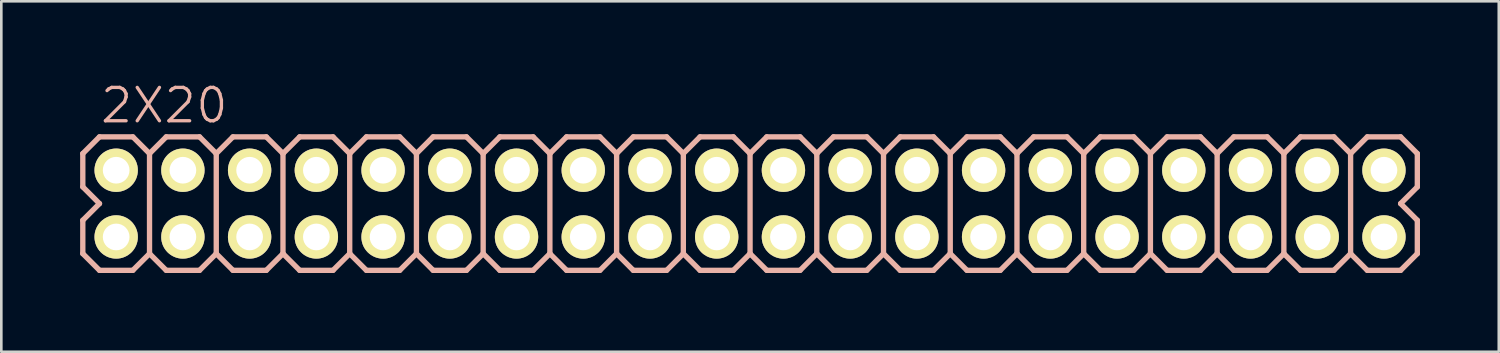
<source format=kicad_pcb>
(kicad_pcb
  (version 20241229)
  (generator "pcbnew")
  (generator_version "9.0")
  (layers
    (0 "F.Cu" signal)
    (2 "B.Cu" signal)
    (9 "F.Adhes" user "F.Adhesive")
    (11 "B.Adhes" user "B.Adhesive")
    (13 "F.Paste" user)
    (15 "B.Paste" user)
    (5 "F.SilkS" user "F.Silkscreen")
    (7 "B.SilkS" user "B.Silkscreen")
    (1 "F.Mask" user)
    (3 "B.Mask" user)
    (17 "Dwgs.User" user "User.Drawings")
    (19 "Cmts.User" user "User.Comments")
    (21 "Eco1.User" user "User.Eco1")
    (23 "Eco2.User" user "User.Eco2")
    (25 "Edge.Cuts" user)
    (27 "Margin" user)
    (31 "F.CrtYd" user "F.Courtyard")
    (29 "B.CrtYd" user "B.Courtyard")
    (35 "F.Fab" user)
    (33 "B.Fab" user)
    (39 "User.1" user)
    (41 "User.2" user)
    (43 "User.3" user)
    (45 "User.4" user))
  (footprint "2X20"
    (layer "F.Cu")
    (at 25.502 4.7)
    (property "Reference" "2X20" (at -22.301 -3.734 0) (layer "B.SilkS") (effects (font (size 1.27 1.27) (thickness 0.127))))
    (attr exclude_from_pos_files exclude_from_bom)
    (fp_line (start -24.384 -1.524) (end -23.876 -1.524) (stroke (width 0.066) (type solid)) (layer "F.SilkS"))
    (fp_line (start -24.384 -1.016) (end -24.384 -1.524) (stroke (width 0.066) (type solid)) (layer "F.SilkS"))
    (fp_line (start -24.384 -1.016) (end -23.876 -1.016) (stroke (width 0.066) (type solid)) (layer "F.SilkS"))
    (fp_line (start -24.384 1.016) (end -23.876 1.016) (stroke (width 0.066) (type solid)) (layer "F.SilkS"))
    (fp_line (start -24.384 1.524) (end -24.384 1.016) (stroke (width 0.066) (type solid)) (layer "F.SilkS"))
    (fp_line (start -24.384 1.524) (end -23.876 1.524) (stroke (width 0.066) (type solid)) (layer "F.SilkS"))
    (fp_line (start -23.876 -1.016) (end -23.876 -1.524) (stroke (width 0.066) (type solid)) (layer "F.SilkS"))
    (fp_line (start -23.876 1.524) (end -23.876 1.016) (stroke (width 0.066) (type solid)) (layer "F.SilkS"))
    (fp_line (start -21.844 -1.524) (end -21.336 -1.524) (stroke (width 0.066) (type solid)) (layer "F.SilkS"))
    (fp_line (start -21.844 -1.016) (end -21.844 -1.524) (stroke (width 0.066) (type solid)) (layer "F.SilkS"))
    (fp_line (start -21.844 -1.016) (end -21.336 -1.016) (stroke (width 0.066) (type solid)) (layer "F.SilkS"))
    (fp_line (start -21.844 1.016) (end -21.336 1.016) (stroke (width 0.066) (type solid)) (layer "F.SilkS"))
    (fp_line (start -21.844 1.524) (end -21.844 1.016) (stroke (width 0.066) (type solid)) (layer "F.SilkS"))
    (fp_line (start -21.844 1.524) (end -21.336 1.524) (stroke (width 0.066) (type solid)) (layer "F.SilkS"))
    (fp_line (start -21.336 -1.016) (end -21.336 -1.524) (stroke (width 0.066) (type solid)) (layer "F.SilkS"))
    (fp_line (start -21.336 1.524) (end -21.336 1.016) (stroke (width 0.066) (type solid)) (layer "F.SilkS"))
    (fp_line (start -19.304 -1.524) (end -18.796 -1.524) (stroke (width 0.066) (type solid)) (layer "F.SilkS"))
    (fp_line (start -19.304 -1.016) (end -19.304 -1.524) (stroke (width 0.066) (type solid)) (layer "F.SilkS"))
    (fp_line (start -19.304 -1.016) (end -18.796 -1.016) (stroke (width 0.066) (type solid)) (layer "F.SilkS"))
    (fp_line (start -19.304 1.016) (end -18.796 1.016) (stroke (width 0.066) (type solid)) (layer "F.SilkS"))
    (fp_line (start -19.304 1.524) (end -19.304 1.016) (stroke (width 0.066) (type solid)) (layer "F.SilkS"))
    (fp_line (start -19.304 1.524) (end -18.796 1.524) (stroke (width 0.066) (type solid)) (layer "F.SilkS"))
    (fp_line (start -18.796 -1.016) (end -18.796 -1.524) (stroke (width 0.066) (type solid)) (layer "F.SilkS"))
    (fp_line (start -18.796 1.524) (end -18.796 1.016) (stroke (width 0.066) (type solid)) (layer "F.SilkS"))
    (fp_line (start -16.764 -1.524) (end -16.256 -1.524) (stroke (width 0.066) (type solid)) (layer "F.SilkS"))
    (fp_line (start -16.764 -1.016) (end -16.764 -1.524) (stroke (width 0.066) (type solid)) (layer "F.SilkS"))
    (fp_line (start -16.764 -1.016) (end -16.256 -1.016) (stroke (width 0.066) (type solid)) (layer "F.SilkS"))
    (fp_line (start -16.764 1.016) (end -16.256 1.016) (stroke (width 0.066) (type solid)) (layer "F.SilkS"))
    (fp_line (start -16.764 1.524) (end -16.764 1.016) (stroke (width 0.066) (type solid)) (layer "F.SilkS"))
    (fp_line (start -16.764 1.524) (end -16.256 1.524) (stroke (width 0.066) (type solid)) (layer "F.SilkS"))
    (fp_line (start -16.256 -1.016) (end -16.256 -1.524) (stroke (width 0.066) (type solid)) (layer "F.SilkS"))
    (fp_line (start -16.256 1.524) (end -16.256 1.016) (stroke (width 0.066) (type solid)) (layer "F.SilkS"))
    (fp_line (start -14.224 -1.524) (end -13.716 -1.524) (stroke (width 0.066) (type solid)) (layer "F.SilkS"))
    (fp_line (start -14.224 -1.016) (end -14.224 -1.524) (stroke (width 0.066) (type solid)) (layer "F.SilkS"))
    (fp_line (start -14.224 -1.016) (end -13.716 -1.016) (stroke (width 0.066) (type solid)) (layer "F.SilkS"))
    (fp_line (start -14.224 1.016) (end -13.716 1.016) (stroke (width 0.066) (type solid)) (layer "F.SilkS"))
    (fp_line (start -14.224 1.524) (end -14.224 1.016) (stroke (width 0.066) (type solid)) (layer "F.SilkS"))
    (fp_line (start -14.224 1.524) (end -13.716 1.524) (stroke (width 0.066) (type solid)) (layer "F.SilkS"))
    (fp_line (start -13.716 -1.016) (end -13.716 -1.524) (stroke (width 0.066) (type solid)) (layer "F.SilkS"))
    (fp_line (start -13.716 1.524) (end -13.716 1.016) (stroke (width 0.066) (type solid)) (layer "F.SilkS"))
    (fp_line (start -11.684 -1.524) (end -11.176 -1.524) (stroke (width 0.066) (type solid)) (layer "F.SilkS"))
    (fp_line (start -11.684 -1.016) (end -11.684 -1.524) (stroke (width 0.066) (type solid)) (layer "F.SilkS"))
    (fp_line (start -11.684 -1.016) (end -11.176 -1.016) (stroke (width 0.066) (type solid)) (layer "F.SilkS"))
    (fp_line (start -11.684 1.016) (end -11.176 1.016) (stroke (width 0.066) (type solid)) (layer "F.SilkS"))
    (fp_line (start -11.684 1.524) (end -11.684 1.016) (stroke (width 0.066) (type solid)) (layer "F.SilkS"))
    (fp_line (start -11.684 1.524) (end -11.176 1.524) (stroke (width 0.066) (type solid)) (layer "F.SilkS"))
    (fp_line (start -11.176 -1.016) (end -11.176 -1.524) (stroke (width 0.066) (type solid)) (layer "F.SilkS"))
    (fp_line (start -11.176 1.524) (end -11.176 1.016) (stroke (width 0.066) (type solid)) (layer "F.SilkS"))
    (fp_line (start -9.144 -1.524) (end -8.636 -1.524) (stroke (width 0.066) (type solid)) (layer "F.SilkS"))
    (fp_line (start -9.144 -1.016) (end -9.144 -1.524) (stroke (width 0.066) (type solid)) (layer "F.SilkS"))
    (fp_line (start -9.144 -1.016) (end -8.636 -1.016) (stroke (width 0.066) (type solid)) (layer "F.SilkS"))
    (fp_line (start -9.144 1.016) (end -8.636 1.016) (stroke (width 0.066) (type solid)) (layer "F.SilkS"))
    (fp_line (start -9.144 1.524) (end -9.144 1.016) (stroke (width 0.066) (type solid)) (layer "F.SilkS"))
    (fp_line (start -9.144 1.524) (end -8.636 1.524) (stroke (width 0.066) (type solid)) (layer "F.SilkS"))
    (fp_line (start -8.636 -1.016) (end -8.636 -1.524) (stroke (width 0.066) (type solid)) (layer "F.SilkS"))
    (fp_line (start -8.636 1.524) (end -8.636 1.016) (stroke (width 0.066) (type solid)) (layer "F.SilkS"))
    (fp_line (start -6.604 -1.524) (end -6.096 -1.524) (stroke (width 0.066) (type solid)) (layer "F.SilkS"))
    (fp_line (start -6.604 -1.016) (end -6.604 -1.524) (stroke (width 0.066) (type solid)) (layer "F.SilkS"))
    (fp_line (start -6.604 -1.016) (end -6.096 -1.016) (stroke (width 0.066) (type solid)) (layer "F.SilkS"))
    (fp_line (start -6.604 1.016) (end -6.096 1.016) (stroke (width 0.066) (type solid)) (layer "F.SilkS"))
    (fp_line (start -6.604 1.524) (end -6.604 1.016) (stroke (width 0.066) (type solid)) (layer "F.SilkS"))
    (fp_line (start -6.604 1.524) (end -6.096 1.524) (stroke (width 0.066) (type solid)) (layer "F.SilkS"))
    (fp_line (start -6.096 -1.016) (end -6.096 -1.524) (stroke (width 0.066) (type solid)) (layer "F.SilkS"))
    (fp_line (start -6.096 1.524) (end -6.096 1.016) (stroke (width 0.066) (type solid)) (layer "F.SilkS"))
    (fp_line (start -4.064 -1.524) (end -3.556 -1.524) (stroke (width 0.066) (type solid)) (layer "F.SilkS"))
    (fp_line (start -4.064 -1.016) (end -4.064 -1.524) (stroke (width 0.066) (type solid)) (layer "F.SilkS"))
    (fp_line (start -4.064 -1.016) (end -3.556 -1.016) (stroke (width 0.066) (type solid)) (layer "F.SilkS"))
    (fp_line (start -4.064 1.016) (end -3.556 1.016) (stroke (width 0.066) (type solid)) (layer "F.SilkS"))
    (fp_line (start -4.064 1.524) (end -4.064 1.016) (stroke (width 0.066) (type solid)) (layer "F.SilkS"))
    (fp_line (start -4.064 1.524) (end -3.556 1.524) (stroke (width 0.066) (type solid)) (layer "F.SilkS"))
    (fp_line (start -3.556 -1.016) (end -3.556 -1.524) (stroke (width 0.066) (type solid)) (layer "F.SilkS"))
    (fp_line (start -3.556 1.524) (end -3.556 1.016) (stroke (width 0.066) (type solid)) (layer "F.SilkS"))
    (fp_line (start -1.524 -1.524) (end -1.016 -1.524) (stroke (width 0.066) (type solid)) (layer "F.SilkS"))
    (fp_line (start -1.524 -1.016) (end -1.524 -1.524) (stroke (width 0.066) (type solid)) (layer "F.SilkS"))
    (fp_line (start -1.524 -1.016) (end -1.016 -1.016) (stroke (width 0.066) (type solid)) (layer "F.SilkS"))
    (fp_line (start -1.524 1.016) (end -1.016 1.016) (stroke (width 0.066) (type solid)) (layer "F.SilkS"))
    (fp_line (start -1.524 1.524) (end -1.524 1.016) (stroke (width 0.066) (type solid)) (layer "F.SilkS"))
    (fp_line (start -1.524 1.524) (end -1.016 1.524) (stroke (width 0.066) (type solid)) (layer "F.SilkS"))
    (fp_line (start -1.016 -1.016) (end -1.016 -1.524) (stroke (width 0.066) (type solid)) (layer "F.SilkS"))
    (fp_line (start -1.016 1.524) (end -1.016 1.016) (stroke (width 0.066) (type solid)) (layer "F.SilkS"))
    (fp_line (start 1.016 -1.524) (end 1.524 -1.524) (stroke (width 0.066) (type solid)) (layer "F.SilkS"))
    (fp_line (start 1.016 -1.016) (end 1.016 -1.524) (stroke (width 0.066) (type solid)) (layer "F.SilkS"))
    (fp_line (start 1.016 -1.016) (end 1.524 -1.016) (stroke (width 0.066) (type solid)) (layer "F.SilkS"))
    (fp_line (start 1.016 1.016) (end 1.524 1.016) (stroke (width 0.066) (type solid)) (layer "F.SilkS"))
    (fp_line (start 1.016 1.524) (end 1.016 1.016) (stroke (width 0.066) (type solid)) (layer "F.SilkS"))
    (fp_line (start 1.016 1.524) (end 1.524 1.524) (stroke (width 0.066) (type solid)) (layer "F.SilkS"))
    (fp_line (start 1.524 -1.016) (end 1.524 -1.524) (stroke (width 0.066) (type solid)) (layer "F.SilkS"))
    (fp_line (start 1.524 1.524) (end 1.524 1.016) (stroke (width 0.066) (type solid)) (layer "F.SilkS"))
    (fp_line (start 3.556 -1.524) (end 4.064 -1.524) (stroke (width 0.066) (type solid)) (layer "F.SilkS"))
    (fp_line (start 3.556 -1.016) (end 3.556 -1.524) (stroke (width 0.066) (type solid)) (layer "F.SilkS"))
    (fp_line (start 3.556 -1.016) (end 4.064 -1.016) (stroke (width 0.066) (type solid)) (layer "F.SilkS"))
    (fp_line (start 3.556 1.016) (end 4.064 1.016) (stroke (width 0.066) (type solid)) (layer "F.SilkS"))
    (fp_line (start 3.556 1.524) (end 3.556 1.016) (stroke (width 0.066) (type solid)) (layer "F.SilkS"))
    (fp_line (start 3.556 1.524) (end 4.064 1.524) (stroke (width 0.066) (type solid)) (layer "F.SilkS"))
    (fp_line (start 4.064 -1.016) (end 4.064 -1.524) (stroke (width 0.066) (type solid)) (layer "F.SilkS"))
    (fp_line (start 4.064 1.524) (end 4.064 1.016) (stroke (width 0.066) (type solid)) (layer "F.SilkS"))
    (fp_line (start 6.096 -1.524) (end 6.604 -1.524) (stroke (width 0.066) (type solid)) (layer "F.SilkS"))
    (fp_line (start 6.096 -1.016) (end 6.096 -1.524) (stroke (width 0.066) (type solid)) (layer "F.SilkS"))
    (fp_line (start 6.096 -1.016) (end 6.604 -1.016) (stroke (width 0.066) (type solid)) (layer "F.SilkS"))
    (fp_line (start 6.096 1.016) (end 6.604 1.016) (stroke (width 0.066) (type solid)) (layer "F.SilkS"))
    (fp_line (start 6.096 1.524) (end 6.096 1.016) (stroke (width 0.066) (type solid)) (layer "F.SilkS"))
    (fp_line (start 6.096 1.524) (end 6.604 1.524) (stroke (width 0.066) (type solid)) (layer "F.SilkS"))
    (fp_line (start 6.604 -1.016) (end 6.604 -1.524) (stroke (width 0.066) (type solid)) (layer "F.SilkS"))
    (fp_line (start 6.604 1.524) (end 6.604 1.016) (stroke (width 0.066) (type solid)) (layer "F.SilkS"))
    (fp_line (start 8.636 -1.524) (end 9.144 -1.524) (stroke (width 0.066) (type solid)) (layer "F.SilkS"))
    (fp_line (start 8.636 -1.016) (end 8.636 -1.524) (stroke (width 0.066) (type solid)) (layer "F.SilkS"))
    (fp_line (start 8.636 -1.016) (end 9.144 -1.016) (stroke (width 0.066) (type solid)) (layer "F.SilkS"))
    (fp_line (start 8.636 1.016) (end 9.144 1.016) (stroke (width 0.066) (type solid)) (layer "F.SilkS"))
    (fp_line (start 8.636 1.524) (end 8.636 1.016) (stroke (width 0.066) (type solid)) (layer "F.SilkS"))
    (fp_line (start 8.636 1.524) (end 9.144 1.524) (stroke (width 0.066) (type solid)) (layer "F.SilkS"))
    (fp_line (start 9.144 -1.016) (end 9.144 -1.524) (stroke (width 0.066) (type solid)) (layer "F.SilkS"))
    (fp_line (start 9.144 1.524) (end 9.144 1.016) (stroke (width 0.066) (type solid)) (layer "F.SilkS"))
    (fp_line (start 11.176 -1.524) (end 11.684 -1.524) (stroke (width 0.066) (type solid)) (layer "F.SilkS"))
    (fp_line (start 11.176 -1.016) (end 11.176 -1.524) (stroke (width 0.066) (type solid)) (layer "F.SilkS"))
    (fp_line (start 11.176 -1.016) (end 11.684 -1.016) (stroke (width 0.066) (type solid)) (layer "F.SilkS"))
    (fp_line (start 11.176 1.016) (end 11.684 1.016) (stroke (width 0.066) (type solid)) (layer "F.SilkS"))
    (fp_line (start 11.176 1.524) (end 11.176 1.016) (stroke (width 0.066) (type solid)) (layer "F.SilkS"))
    (fp_line (start 11.176 1.524) (end 11.684 1.524) (stroke (width 0.066) (type solid)) (layer "F.SilkS"))
    (fp_line (start 11.684 -1.016) (end 11.684 -1.524) (stroke (width 0.066) (type solid)) (layer "F.SilkS"))
    (fp_line (start 11.684 1.524) (end 11.684 1.016) (stroke (width 0.066) (type solid)) (layer "F.SilkS"))
    (fp_line (start 13.716 -1.524) (end 14.224 -1.524) (stroke (width 0.066) (type solid)) (layer "F.SilkS"))
    (fp_line (start 13.716 -1.016) (end 13.716 -1.524) (stroke (width 0.066) (type solid)) (layer "F.SilkS"))
    (fp_line (start 13.716 -1.016) (end 14.224 -1.016) (stroke (width 0.066) (type solid)) (layer "F.SilkS"))
    (fp_line (start 13.716 1.016) (end 14.224 1.016) (stroke (width 0.066) (type solid)) (layer "F.SilkS"))
    (fp_line (start 13.716 1.524) (end 13.716 1.016) (stroke (width 0.066) (type solid)) (layer "F.SilkS"))
    (fp_line (start 13.716 1.524) (end 14.224 1.524) (stroke (width 0.066) (type solid)) (layer "F.SilkS"))
    (fp_line (start 14.224 -1.016) (end 14.224 -1.524) (stroke (width 0.066) (type solid)) (layer "F.SilkS"))
    (fp_line (start 14.224 1.524) (end 14.224 1.016) (stroke (width 0.066) (type solid)) (layer "F.SilkS"))
    (fp_line (start 16.256 -1.524) (end 16.764 -1.524) (stroke (width 0.066) (type solid)) (layer "F.SilkS"))
    (fp_line (start 16.256 -1.016) (end 16.256 -1.524) (stroke (width 0.066) (type solid)) (layer "F.SilkS"))
    (fp_line (start 16.256 -1.016) (end 16.764 -1.016) (stroke (width 0.066) (type solid)) (layer "F.SilkS"))
    (fp_line (start 16.256 1.016) (end 16.764 1.016) (stroke (width 0.066) (type solid)) (layer "F.SilkS"))
    (fp_line (start 16.256 1.524) (end 16.256 1.016) (stroke (width 0.066) (type solid)) (layer "F.SilkS"))
    (fp_line (start 16.256 1.524) (end 16.764 1.524) (stroke (width 0.066) (type solid)) (layer "F.SilkS"))
    (fp_line (start 16.764 -1.016) (end 16.764 -1.524) (stroke (width 0.066) (type solid)) (layer "F.SilkS"))
    (fp_line (start 16.764 1.524) (end 16.764 1.016) (stroke (width 0.066) (type solid)) (layer "F.SilkS"))
    (fp_line (start 18.796 -1.524) (end 19.304 -1.524) (stroke (width 0.066) (type solid)) (layer "F.SilkS"))
    (fp_line (start 18.796 -1.016) (end 18.796 -1.524) (stroke (width 0.066) (type solid)) (layer "F.SilkS"))
    (fp_line (start 18.796 -1.016) (end 19.304 -1.016) (stroke (width 0.066) (type solid)) (layer "F.SilkS"))
    (fp_line (start 18.796 1.016) (end 19.304 1.016) (stroke (width 0.066) (type solid)) (layer "F.SilkS"))
    (fp_line (start 18.796 1.524) (end 18.796 1.016) (stroke (width 0.066) (type solid)) (layer "F.SilkS"))
    (fp_line (start 18.796 1.524) (end 19.304 1.524) (stroke (width 0.066) (type solid)) (layer "F.SilkS"))
    (fp_line (start 19.304 -1.016) (end 19.304 -1.524) (stroke (width 0.066) (type solid)) (layer "F.SilkS"))
    (fp_line (start 19.304 1.524) (end 19.304 1.016) (stroke (width 0.066) (type solid)) (layer "F.SilkS"))
    (fp_line (start 21.336 -1.524) (end 21.844 -1.524) (stroke (width 0.066) (type solid)) (layer "F.SilkS"))
    (fp_line (start 21.336 -1.016) (end 21.336 -1.524) (stroke (width 0.066) (type solid)) (layer "F.SilkS"))
    (fp_line (start 21.336 -1.016) (end 21.844 -1.016) (stroke (width 0.066) (type solid)) (layer "F.SilkS"))
    (fp_line (start 21.336 1.016) (end 21.844 1.016) (stroke (width 0.066) (type solid)) (layer "F.SilkS"))
    (fp_line (start 21.336 1.524) (end 21.336 1.016) (stroke (width 0.066) (type solid)) (layer "F.SilkS"))
    (fp_line (start 21.336 1.524) (end 21.844 1.524) (stroke (width 0.066) (type solid)) (layer "F.SilkS"))
    (fp_line (start 21.844 -1.016) (end 21.844 -1.524) (stroke (width 0.066) (type solid)) (layer "F.SilkS"))
    (fp_line (start 21.844 1.524) (end 21.844 1.016) (stroke (width 0.066) (type solid)) (layer "F.SilkS"))
    (fp_line (start 23.876 -1.524) (end 24.384 -1.524) (stroke (width 0.066) (type solid)) (layer "F.SilkS"))
    (fp_line (start 23.876 -1.016) (end 23.876 -1.524) (stroke (width 0.066) (type solid)) (layer "F.SilkS"))
    (fp_line (start 23.876 -1.016) (end 24.384 -1.016) (stroke (width 0.066) (type solid)) (layer "F.SilkS"))
    (fp_line (start 23.876 1.016) (end 24.384 1.016) (stroke (width 0.066) (type solid)) (layer "F.SilkS"))
    (fp_line (start 23.876 1.524) (end 23.876 1.016) (stroke (width 0.066) (type solid)) (layer "F.SilkS"))
    (fp_line (start 23.876 1.524) (end 24.384 1.524) (stroke (width 0.066) (type solid)) (layer "F.SilkS"))
    (fp_line (start 24.384 -1.016) (end 24.384 -1.524) (stroke (width 0.066) (type solid)) (layer "F.SilkS"))
    (fp_line (start 24.384 1.524) (end 24.384 1.016) (stroke (width 0.066) (type solid)) (layer "F.SilkS"))
    (fp_line (start -25.4 -1.905) (end -25.4 -0.635) (stroke (width 0.203) (type solid)) (layer "B.SilkS"))
    (fp_line (start -25.4 -0.635) (end -24.765 0) (stroke (width 0.203) (type solid)) (layer "B.SilkS"))
    (fp_line (start -25.4 0.635) (end -25.4 1.905) (stroke (width 0.203) (type solid)) (layer "B.SilkS"))
    (fp_line (start -25.4 1.905) (end -24.765 2.54) (stroke (width 0.203) (type solid)) (layer "B.SilkS"))
    (fp_line (start -24.765 -2.54) (end -25.4 -1.905) (stroke (width 0.203) (type solid)) (layer "B.SilkS"))
    (fp_line (start -24.765 -2.54) (end -23.495 -2.54) (stroke (width 0.203) (type solid)) (layer "B.SilkS"))
    (fp_line (start -24.765 0) (end -25.4 0.635) (stroke (width 0.203) (type solid)) (layer "B.SilkS"))
    (fp_line (start -23.495 -2.54) (end -22.86 -1.905) (stroke (width 0.203) (type solid)) (layer "B.SilkS"))
    (fp_line (start -23.495 2.54) (end -24.765 2.54) (stroke (width 0.203) (type solid)) (layer "B.SilkS"))
    (fp_line (start -22.86 -1.905) (end -22.86 1.905) (stroke (width 0.203) (type solid)) (layer "B.SilkS"))
    (fp_line (start -22.86 -1.905) (end -22.225 -2.54) (stroke (width 0.203) (type solid)) (layer "B.SilkS"))
    (fp_line (start -22.86 1.905) (end -23.495 2.54) (stroke (width 0.203) (type solid)) (layer "B.SilkS"))
    (fp_line (start -22.225 -2.54) (end -20.955 -2.54) (stroke (width 0.203) (type solid)) (layer "B.SilkS"))
    (fp_line (start -22.225 2.54) (end -22.86 1.905) (stroke (width 0.203) (type solid)) (layer "B.SilkS"))
    (fp_line (start -20.955 -2.54) (end -20.32 -1.905) (stroke (width 0.203) (type solid)) (layer "B.SilkS"))
    (fp_line (start -20.955 2.54) (end -22.225 2.54) (stroke (width 0.203) (type solid)) (layer "B.SilkS"))
    (fp_line (start -20.32 -1.905) (end -20.32 1.905) (stroke (width 0.203) (type solid)) (layer "B.SilkS"))
    (fp_line (start -20.32 -1.905) (end -19.685 -2.54) (stroke (width 0.203) (type solid)) (layer "B.SilkS"))
    (fp_line (start -20.32 1.905) (end -20.955 2.54) (stroke (width 0.203) (type solid)) (layer "B.SilkS"))
    (fp_line (start -19.685 -2.54) (end -18.415 -2.54) (stroke (width 0.203) (type solid)) (layer "B.SilkS"))
    (fp_line (start -19.685 2.54) (end -20.32 1.905) (stroke (width 0.203) (type solid)) (layer "B.SilkS"))
    (fp_line (start -18.415 -2.54) (end -17.78 -1.905) (stroke (width 0.203) (type solid)) (layer "B.SilkS"))
    (fp_line (start -18.415 2.54) (end -19.685 2.54) (stroke (width 0.203) (type solid)) (layer "B.SilkS"))
    (fp_line (start -17.78 -1.905) (end -17.78 1.905) (stroke (width 0.203) (type solid)) (layer "B.SilkS"))
    (fp_line (start -17.78 1.905) (end -18.415 2.54) (stroke (width 0.203) (type solid)) (layer "B.SilkS"))
    (fp_line (start -17.78 1.905) (end -17.145 2.54) (stroke (width 0.203) (type solid)) (layer "B.SilkS"))
    (fp_line (start -17.145 -2.54) (end -17.78 -1.905) (stroke (width 0.203) (type solid)) (layer "B.SilkS"))
    (fp_line (start -17.145 -2.54) (end -15.875 -2.54) (stroke (width 0.203) (type solid)) (layer "B.SilkS"))
    (fp_line (start -15.875 -2.54) (end -15.24 -1.905) (stroke (width 0.203) (type solid)) (layer "B.SilkS"))
    (fp_line (start -15.875 2.54) (end -17.145 2.54) (stroke (width 0.203) (type solid)) (layer "B.SilkS"))
    (fp_line (start -15.24 -1.905) (end -15.24 1.905) (stroke (width 0.203) (type solid)) (layer "B.SilkS"))
    (fp_line (start -15.24 -1.905) (end -14.605 -2.54) (stroke (width 0.203) (type solid)) (layer "B.SilkS"))
    (fp_line (start -15.24 1.905) (end -15.875 2.54) (stroke (width 0.203) (type solid)) (layer "B.SilkS"))
    (fp_line (start -14.605 -2.54) (end -13.335 -2.54) (stroke (width 0.203) (type solid)) (layer "B.SilkS"))
    (fp_line (start -14.605 2.54) (end -15.24 1.905) (stroke (width 0.203) (type solid)) (layer "B.SilkS"))
    (fp_line (start -13.335 -2.54) (end -12.7 -1.905) (stroke (width 0.203) (type solid)) (layer "B.SilkS"))
    (fp_line (start -13.335 2.54) (end -14.605 2.54) (stroke (width 0.203) (type solid)) (layer "B.SilkS"))
    (fp_line (start -12.7 -1.905) (end -12.7 1.905) (stroke (width 0.203) (type solid)) (layer "B.SilkS"))
    (fp_line (start -12.7 -1.905) (end -12.065 -2.54) (stroke (width 0.203) (type solid)) (layer "B.SilkS"))
    (fp_line (start -12.7 1.905) (end -13.335 2.54) (stroke (width 0.203) (type solid)) (layer "B.SilkS"))
    (fp_line (start -12.065 -2.54) (end -10.795 -2.54) (stroke (width 0.203) (type solid)) (layer "B.SilkS"))
    (fp_line (start -12.065 2.54) (end -12.7 1.905) (stroke (width 0.203) (type solid)) (layer "B.SilkS"))
    (fp_line (start -10.795 -2.54) (end -10.16 -1.905) (stroke (width 0.203) (type solid)) (layer "B.SilkS"))
    (fp_line (start -10.795 2.54) (end -12.065 2.54) (stroke (width 0.203) (type solid)) (layer "B.SilkS"))
    (fp_line (start -10.16 -1.905) (end -10.16 1.905) (stroke (width 0.203) (type solid)) (layer "B.SilkS"))
    (fp_line (start -10.16 1.905) (end -10.795 2.54) (stroke (width 0.203) (type solid)) (layer "B.SilkS"))
    (fp_line (start -10.16 1.905) (end -9.525 2.54) (stroke (width 0.203) (type solid)) (layer "B.SilkS"))
    (fp_line (start -9.525 -2.54) (end -10.16 -1.905) (stroke (width 0.203) (type solid)) (layer "B.SilkS"))
    (fp_line (start -9.525 -2.54) (end -8.255 -2.54) (stroke (width 0.203) (type solid)) (layer "B.SilkS"))
    (fp_line (start -8.255 -2.54) (end -7.62 -1.905) (stroke (width 0.203) (type solid)) (layer "B.SilkS"))
    (fp_line (start -8.255 2.54) (end -9.525 2.54) (stroke (width 0.203) (type solid)) (layer "B.SilkS"))
    (fp_line (start -7.62 -1.905) (end -7.62 1.905) (stroke (width 0.203) (type solid)) (layer "B.SilkS"))
    (fp_line (start -7.62 1.905) (end -8.255 2.54) (stroke (width 0.203) (type solid)) (layer "B.SilkS"))
    (fp_line (start -7.62 1.905) (end -6.985 2.54) (stroke (width 0.203) (type solid)) (layer "B.SilkS"))
    (fp_line (start -6.985 -2.54) (end -7.62 -1.905) (stroke (width 0.203) (type solid)) (layer "B.SilkS"))
    (fp_line (start -6.985 -2.54) (end -5.715 -2.54) (stroke (width 0.203) (type solid)) (layer "B.SilkS"))
    (fp_line (start -5.715 -2.54) (end -5.08 -1.905) (stroke (width 0.203) (type solid)) (layer "B.SilkS"))
    (fp_line (start -5.715 2.54) (end -6.985 2.54) (stroke (width 0.203) (type solid)) (layer "B.SilkS"))
    (fp_line (start -5.08 -1.905) (end -5.08 1.905) (stroke (width 0.203) (type solid)) (layer "B.SilkS"))
    (fp_line (start -5.08 -1.905) (end -4.445 -2.54) (stroke (width 0.203) (type solid)) (layer "B.SilkS"))
    (fp_line (start -5.08 1.905) (end -5.715 2.54) (stroke (width 0.203) (type solid)) (layer "B.SilkS"))
    (fp_line (start -4.445 -2.54) (end -3.175 -2.54) (stroke (width 0.203) (type solid)) (layer "B.SilkS"))
    (fp_line (start -4.445 2.54) (end -5.08 1.905) (stroke (width 0.203) (type solid)) (layer "B.SilkS"))
    (fp_line (start -3.175 -2.54) (end -2.54 -1.905) (stroke (width 0.203) (type solid)) (layer "B.SilkS"))
    (fp_line (start -3.175 2.54) (end -4.445 2.54) (stroke (width 0.203) (type solid)) (layer "B.SilkS"))
    (fp_line (start -2.54 -1.905) (end -2.54 1.905) (stroke (width 0.203) (type solid)) (layer "B.SilkS"))
    (fp_line (start -2.54 -1.905) (end -1.905 -2.54) (stroke (width 0.203) (type solid)) (layer "B.SilkS"))
    (fp_line (start -2.54 1.905) (end -3.175 2.54) (stroke (width 0.203) (type solid)) (layer "B.SilkS"))
    (fp_line (start -1.905 -2.54) (end -0.635 -2.54) (stroke (width 0.203) (type solid)) (layer "B.SilkS"))
    (fp_line (start -1.905 2.54) (end -2.54 1.905) (stroke (width 0.203) (type solid)) (layer "B.SilkS"))
    (fp_line (start -0.635 -2.54) (end 0 -1.905) (stroke (width 0.203) (type solid)) (layer "B.SilkS"))
    (fp_line (start -0.635 2.54) (end -1.905 2.54) (stroke (width 0.203) (type solid)) (layer "B.SilkS"))
    (fp_line (start 0 -1.905) (end 0 1.905) (stroke (width 0.203) (type solid)) (layer "B.SilkS"))
    (fp_line (start 0 1.905) (end -0.635 2.54) (stroke (width 0.203) (type solid)) (layer "B.SilkS"))
    (fp_line (start 0 1.905) (end 0.635 2.54) (stroke (width 0.203) (type solid)) (layer "B.SilkS"))
    (fp_line (start 0.635 -2.54) (end 0 -1.905) (stroke (width 0.203) (type solid)) (layer "B.SilkS"))
    (fp_line (start 0.635 -2.54) (end 1.905 -2.54) (stroke (width 0.203) (type solid)) (layer "B.SilkS"))
    (fp_line (start 1.905 -2.54) (end 2.54 -1.905) (stroke (width 0.203) (type solid)) (layer "B.SilkS"))
    (fp_line (start 1.905 2.54) (end 0.635 2.54) (stroke (width 0.203) (type solid)) (layer "B.SilkS"))
    (fp_line (start 2.54 -1.905) (end 2.54 1.905) (stroke (width 0.203) (type solid)) (layer "B.SilkS"))
    (fp_line (start 2.54 -1.905) (end 3.175 -2.54) (stroke (width 0.203) (type solid)) (layer "B.SilkS"))
    (fp_line (start 2.54 1.905) (end 1.905 2.54) (stroke (width 0.203) (type solid)) (layer "B.SilkS"))
    (fp_line (start 3.175 -2.54) (end 4.445 -2.54) (stroke (width 0.203) (type solid)) (layer "B.SilkS"))
    (fp_line (start 3.175 2.54) (end 2.54 1.905) (stroke (width 0.203) (type solid)) (layer "B.SilkS"))
    (fp_line (start 4.445 -2.54) (end 5.08 -1.905) (stroke (width 0.203) (type solid)) (layer "B.SilkS"))
    (fp_line (start 4.445 2.54) (end 3.175 2.54) (stroke (width 0.203) (type solid)) (layer "B.SilkS"))
    (fp_line (start 5.08 -1.905) (end 5.08 1.905) (stroke (width 0.203) (type solid)) (layer "B.SilkS"))
    (fp_line (start 5.08 -1.905) (end 5.715 -2.54) (stroke (width 0.203) (type solid)) (layer "B.SilkS"))
    (fp_line (start 5.08 1.905) (end 4.445 2.54) (stroke (width 0.203) (type solid)) (layer "B.SilkS"))
    (fp_line (start 5.715 -2.54) (end 6.985 -2.54) (stroke (width 0.203) (type solid)) (layer "B.SilkS"))
    (fp_line (start 5.715 2.54) (end 5.08 1.905) (stroke (width 0.203) (type solid)) (layer "B.SilkS"))
    (fp_line (start 6.985 -2.54) (end 7.62 -1.905) (stroke (width 0.203) (type solid)) (layer "B.SilkS"))
    (fp_line (start 6.985 2.54) (end 5.715 2.54) (stroke (width 0.203) (type solid)) (layer "B.SilkS"))
    (fp_line (start 7.62 -1.905) (end 7.62 1.905) (stroke (width 0.203) (type solid)) (layer "B.SilkS"))
    (fp_line (start 7.62 1.905) (end 6.985 2.54) (stroke (width 0.203) (type solid)) (layer "B.SilkS"))
    (fp_line (start 8.255 -2.54) (end 7.62 -1.905) (stroke (width 0.203) (type solid)) (layer "B.SilkS"))
    (fp_line (start 8.255 -2.54) (end 9.525 -2.54) (stroke (width 0.203) (type solid)) (layer "B.SilkS"))
    (fp_line (start 8.255 2.54) (end 7.62 1.905) (stroke (width 0.203) (type solid)) (layer "B.SilkS"))
    (fp_line (start 9.525 -2.54) (end 10.16 -1.905) (stroke (width 0.203) (type solid)) (layer "B.SilkS"))
    (fp_line (start 9.525 2.54) (end 8.255 2.54) (stroke (width 0.203) (type solid)) (layer "B.SilkS"))
    (fp_line (start 10.16 -1.905) (end 10.16 1.905) (stroke (width 0.203) (type solid)) (layer "B.SilkS"))
    (fp_line (start 10.16 1.905) (end 9.525 2.54) (stroke (width 0.203) (type solid)) (layer "B.SilkS"))
    (fp_line (start 10.795 -2.54) (end 10.16 -1.905) (stroke (width 0.203) (type solid)) (layer "B.SilkS"))
    (fp_line (start 10.795 -2.54) (end 12.065 -2.54) (stroke (width 0.203) (type solid)) (layer "B.SilkS"))
    (fp_line (start 10.795 2.54) (end 10.16 1.905) (stroke (width 0.203) (type solid)) (layer "B.SilkS"))
    (fp_line (start 12.065 -2.54) (end 12.7 -1.905) (stroke (width 0.203) (type solid)) (layer "B.SilkS"))
    (fp_line (start 12.065 2.54) (end 10.795 2.54) (stroke (width 0.203) (type solid)) (layer "B.SilkS"))
    (fp_line (start 12.7 -1.905) (end 12.7 1.905) (stroke (width 0.203) (type solid)) (layer "B.SilkS"))
    (fp_line (start 12.7 -1.905) (end 13.335 -2.54) (stroke (width 0.203) (type solid)) (layer "B.SilkS"))
    (fp_line (start 12.7 1.905) (end 12.065 2.54) (stroke (width 0.203) (type solid)) (layer "B.SilkS"))
    (fp_line (start 13.335 -2.54) (end 14.605 -2.54) (stroke (width 0.203) (type solid)) (layer "B.SilkS"))
    (fp_line (start 13.335 2.54) (end 12.7 1.905) (stroke (width 0.203) (type solid)) (layer "B.SilkS"))
    (fp_line (start 14.605 -2.54) (end 15.24 -1.905) (stroke (width 0.203) (type solid)) (layer "B.SilkS"))
    (fp_line (start 14.605 2.54) (end 13.335 2.54) (stroke (width 0.203) (type solid)) (layer "B.SilkS"))
    (fp_line (start 14.605 2.54) (end 15.24 1.905) (stroke (width 0.203) (type solid)) (layer "B.SilkS"))
    (fp_line (start 15.24 -1.905) (end 15.24 1.905) (stroke (width 0.203) (type solid)) (layer "B.SilkS"))
    (fp_line (start 15.24 -1.905) (end 15.875 -2.54) (stroke (width 0.203) (type solid)) (layer "B.SilkS"))
    (fp_line (start 15.875 -2.54) (end 17.145 -2.54) (stroke (width 0.203) (type solid)) (layer "B.SilkS"))
    (fp_line (start 15.875 2.54) (end 15.24 1.905) (stroke (width 0.203) (type solid)) (layer "B.SilkS"))
    (fp_line (start 17.145 -2.54) (end 17.78 -1.905) (stroke (width 0.203) (type solid)) (layer "B.SilkS"))
    (fp_line (start 17.145 2.54) (end 15.875 2.54) (stroke (width 0.203) (type solid)) (layer "B.SilkS"))
    (fp_line (start 17.78 -1.905) (end 17.78 1.905) (stroke (width 0.203) (type solid)) (layer "B.SilkS"))
    (fp_line (start 17.78 1.905) (end 17.145 2.54) (stroke (width 0.203) (type solid)) (layer "B.SilkS"))
    (fp_line (start 18.415 -2.54) (end 17.78 -1.905) (stroke (width 0.203) (type solid)) (layer "B.SilkS"))
    (fp_line (start 18.415 -2.54) (end 19.685 -2.54) (stroke (width 0.203) (type solid)) (layer "B.SilkS"))
    (fp_line (start 18.415 2.54) (end 17.78 1.905) (stroke (width 0.203) (type solid)) (layer "B.SilkS"))
    (fp_line (start 19.685 -2.54) (end 20.32 -1.905) (stroke (width 0.203) (type solid)) (layer "B.SilkS"))
    (fp_line (start 19.685 2.54) (end 18.415 2.54) (stroke (width 0.203) (type solid)) (layer "B.SilkS"))
    (fp_line (start 20.32 -1.905) (end 20.32 1.905) (stroke (width 0.203) (type solid)) (layer "B.SilkS"))
    (fp_line (start 20.32 -1.905) (end 20.955 -2.54) (stroke (width 0.203) (type solid)) (layer "B.SilkS"))
    (fp_line (start 20.32 1.905) (end 19.685 2.54) (stroke (width 0.203) (type solid)) (layer "B.SilkS"))
    (fp_line (start 20.955 -2.54) (end 22.225 -2.54) (stroke (width 0.203) (type solid)) (layer "B.SilkS"))
    (fp_line (start 20.955 2.54) (end 20.32 1.905) (stroke (width 0.203) (type solid)) (layer "B.SilkS"))
    (fp_line (start 22.225 -2.54) (end 22.86 -1.905) (stroke (width 0.203) (type solid)) (layer "B.SilkS"))
    (fp_line (start 22.225 2.54) (end 20.955 2.54) (stroke (width 0.203) (type solid)) (layer "B.SilkS"))
    (fp_line (start 22.225 2.54) (end 22.86 1.905) (stroke (width 0.203) (type solid)) (layer "B.SilkS"))
    (fp_line (start 22.86 -1.905) (end 22.86 1.905) (stroke (width 0.203) (type solid)) (layer "B.SilkS"))
    (fp_line (start 22.86 -1.905) (end 23.495 -2.54) (stroke (width 0.203) (type solid)) (layer "B.SilkS"))
    (fp_line (start 23.495 -2.54) (end 24.765 -2.54) (stroke (width 0.203) (type solid)) (layer "B.SilkS"))
    (fp_line (start 23.495 2.54) (end 22.86 1.905) (stroke (width 0.203) (type solid)) (layer "B.SilkS"))
    (fp_line (start 24.765 -2.54) (end 25.4 -1.905) (stroke (width 0.203) (type solid)) (layer "B.SilkS"))
    (fp_line (start 24.765 0) (end 25.4 0.635) (stroke (width 0.203) (type solid)) (layer "B.SilkS"))
    (fp_line (start 24.765 2.54) (end 23.495 2.54) (stroke (width 0.203) (type solid)) (layer "B.SilkS"))
    (fp_line (start 24.765 2.54) (end 25.4 1.905) (stroke (width 0.203) (type solid)) (layer "B.SilkS"))
    (fp_line (start 25.4 -0.635) (end 24.765 0) (stroke (width 0.203) (type solid)) (layer "B.SilkS"))
    (fp_line (start 25.4 -0.635) (end 25.4 -1.905) (stroke (width 0.203) (type solid)) (layer "B.SilkS"))
    (fp_line (start 25.4 1.905) (end 25.4 0.635) (stroke (width 0.203) (type solid)) (layer "B.SilkS"))
    (pad "1" thru_hole circle (at -24.13 1.27) (size 1.651 1.651) (drill 1.016) (layers "*.Cu" "F.Mask" "F.SilkS" "F.Paste"))
    (pad "2" thru_hole circle (at -24.13 -1.27) (size 1.651 1.651) (drill 1.016) (layers "*.Cu" "F.Mask" "F.SilkS" "F.Paste"))
    (pad "3" thru_hole circle (at -21.59 1.27) (size 1.651 1.651) (drill 1.016) (layers "*.Cu" "F.Mask" "F.SilkS" "F.Paste"))
    (pad "4" thru_hole circle (at -21.59 -1.27) (size 1.651 1.651) (drill 1.016) (layers "*.Cu" "F.Mask" "F.SilkS" "F.Paste"))
    (pad "5" thru_hole circle (at -19.05 1.27) (size 1.651 1.651) (drill 1.016) (layers "*.Cu" "F.Mask" "F.SilkS" "F.Paste"))
    (pad "6" thru_hole circle (at -19.05 -1.27) (size 1.651 1.651) (drill 1.016) (layers "*.Cu" "F.Mask" "F.SilkS" "F.Paste"))
    (pad "7" thru_hole circle (at -16.51 1.27) (size 1.651 1.651) (drill 1.016) (layers "*.Cu" "F.Mask" "F.SilkS" "F.Paste"))
    (pad "8" thru_hole circle (at -16.51 -1.27) (size 1.651 1.651) (drill 1.016) (layers "*.Cu" "F.Mask" "F.SilkS" "F.Paste"))
    (pad "9" thru_hole circle (at -13.97 1.27) (size 1.651 1.651) (drill 1.016) (layers "*.Cu" "F.Mask" "F.SilkS" "F.Paste"))
    (pad "10" thru_hole circle (at -13.97 -1.27) (size 1.651 1.651) (drill 1.016) (layers "*.Cu" "F.Mask" "F.SilkS" "F.Paste"))
    (pad "11" thru_hole circle (at -11.43 1.27) (size 1.651 1.651) (drill 1.016) (layers "*.Cu" "F.Mask" "F.SilkS" "F.Paste"))
    (pad "12" thru_hole circle (at -11.43 -1.27) (size 1.651 1.651) (drill 1.016) (layers "*.Cu" "F.Mask" "F.SilkS" "F.Paste"))
    (pad "13" thru_hole circle (at -8.89 1.27) (size 1.651 1.651) (drill 1.016) (layers "*.Cu" "F.Mask" "F.SilkS" "F.Paste"))
    (pad "14" thru_hole circle (at -8.89 -1.27) (size 1.651 1.651) (drill 1.016) (layers "*.Cu" "F.Mask" "F.SilkS" "F.Paste"))
    (pad "15" thru_hole circle (at -6.35 1.27) (size 1.651 1.651) (drill 1.016) (layers "*.Cu" "F.Mask" "F.SilkS" "F.Paste"))
    (pad "16" thru_hole circle (at -6.35 -1.27) (size 1.651 1.651) (drill 1.016) (layers "*.Cu" "F.Mask" "F.SilkS" "F.Paste"))
    (pad "17" thru_hole circle (at -3.81 1.27) (size 1.651 1.651) (drill 1.016) (layers "*.Cu" "F.Mask" "F.SilkS" "F.Paste"))
    (pad "18" thru_hole circle (at -3.81 -1.27) (size 1.651 1.651) (drill 1.016) (layers "*.Cu" "F.Mask" "F.SilkS" "F.Paste"))
    (pad "19" thru_hole circle (at -1.27 1.27) (size 1.651 1.651) (drill 1.016) (layers "*.Cu" "F.Mask" "F.SilkS" "F.Paste"))
    (pad "20" thru_hole circle (at -1.27 -1.27) (size 1.651 1.651) (drill 1.016) (layers "*.Cu" "F.Mask" "F.SilkS" "F.Paste"))
    (pad "21" thru_hole circle (at 1.27 1.27) (size 1.651 1.651) (drill 1.016) (layers "*.Cu" "F.Mask" "F.SilkS" "F.Paste"))
    (pad "22" thru_hole circle (at 1.27 -1.27) (size 1.651 1.651) (drill 1.016) (layers "*.Cu" "F.Mask" "F.SilkS" "F.Paste"))
    (pad "23" thru_hole circle (at 3.81 1.27) (size 1.651 1.651) (drill 1.016) (layers "*.Cu" "F.Mask" "F.SilkS" "F.Paste"))
    (pad "24" thru_hole circle (at 3.81 -1.27) (size 1.651 1.651) (drill 1.016) (layers "*.Cu" "F.Mask" "F.SilkS" "F.Paste"))
    (pad "25" thru_hole circle (at 6.35 1.27) (size 1.651 1.651) (drill 1.016) (layers "*.Cu" "F.Mask" "F.SilkS" "F.Paste"))
    (pad "26" thru_hole circle (at 6.35 -1.27) (size 1.651 1.651) (drill 1.016) (layers "*.Cu" "F.Mask" "F.SilkS" "F.Paste"))
    (pad "27" thru_hole circle (at 8.89 1.27) (size 1.651 1.651) (drill 1.016) (layers "*.Cu" "F.Mask" "F.SilkS" "F.Paste"))
    (pad "28" thru_hole circle (at 8.89 -1.27) (size 1.651 1.651) (drill 1.016) (layers "*.Cu" "F.Mask" "F.SilkS" "F.Paste"))
    (pad "29" thru_hole circle (at 11.43 1.27) (size 1.651 1.651) (drill 1.016) (layers "*.Cu" "F.Mask" "F.SilkS" "F.Paste"))
    (pad "30" thru_hole circle (at 11.43 -1.27) (size 1.651 1.651) (drill 1.016) (layers "*.Cu" "F.Mask" "F.SilkS" "F.Paste"))
    (pad "31" thru_hole circle (at 13.97 1.27) (size 1.651 1.651) (drill 1.016) (layers "*.Cu" "F.Mask" "F.SilkS" "F.Paste"))
    (pad "32" thru_hole circle (at 13.97 -1.27) (size 1.651 1.651) (drill 1.016) (layers "*.Cu" "F.Mask" "F.SilkS" "F.Paste"))
    (pad "33" thru_hole circle (at 16.51 1.27) (size 1.651 1.651) (drill 1.016) (layers "*.Cu" "F.Mask" "F.SilkS" "F.Paste"))
    (pad "34" thru_hole circle (at 16.51 -1.27) (size 1.651 1.651) (drill 1.016) (layers "*.Cu" "F.Mask" "F.SilkS" "F.Paste"))
    (pad "35" thru_hole circle (at 19.05 1.27) (size 1.651 1.651) (drill 1.016) (layers "*.Cu" "F.Mask" "F.SilkS" "F.Paste"))
    (pad "36" thru_hole circle (at 19.05 -1.27) (size 1.651 1.651) (drill 1.016) (layers "*.Cu" "F.Mask" "F.SilkS" "F.Paste"))
    (pad "37" thru_hole circle (at 21.59 1.27) (size 1.651 1.651) (drill 1.016) (layers "*.Cu" "F.Mask" "F.SilkS" "F.Paste"))
    (pad "38" thru_hole circle (at 21.59 -1.27) (size 1.651 1.651) (drill 1.016) (layers "*.Cu" "F.Mask" "F.SilkS" "F.Paste"))
    (pad "39" thru_hole circle (at 24.13 1.27) (size 1.651 1.651) (drill 1.016) (layers "*.Cu" "F.Mask" "F.SilkS" "F.Paste"))
    (pad "40" thru_hole circle (at 24.13 -1.27) (size 1.651 1.651) (drill 1.016) (layers "*.Cu" "F.Mask" "F.SilkS" "F.Paste")))
  (gr_rect
    (start -3 -3)
    (end 54.003 10.341)
    (stroke (width 0.1) (type default))
    (fill no)
    (layer "Edge.Cuts")))
</source>
